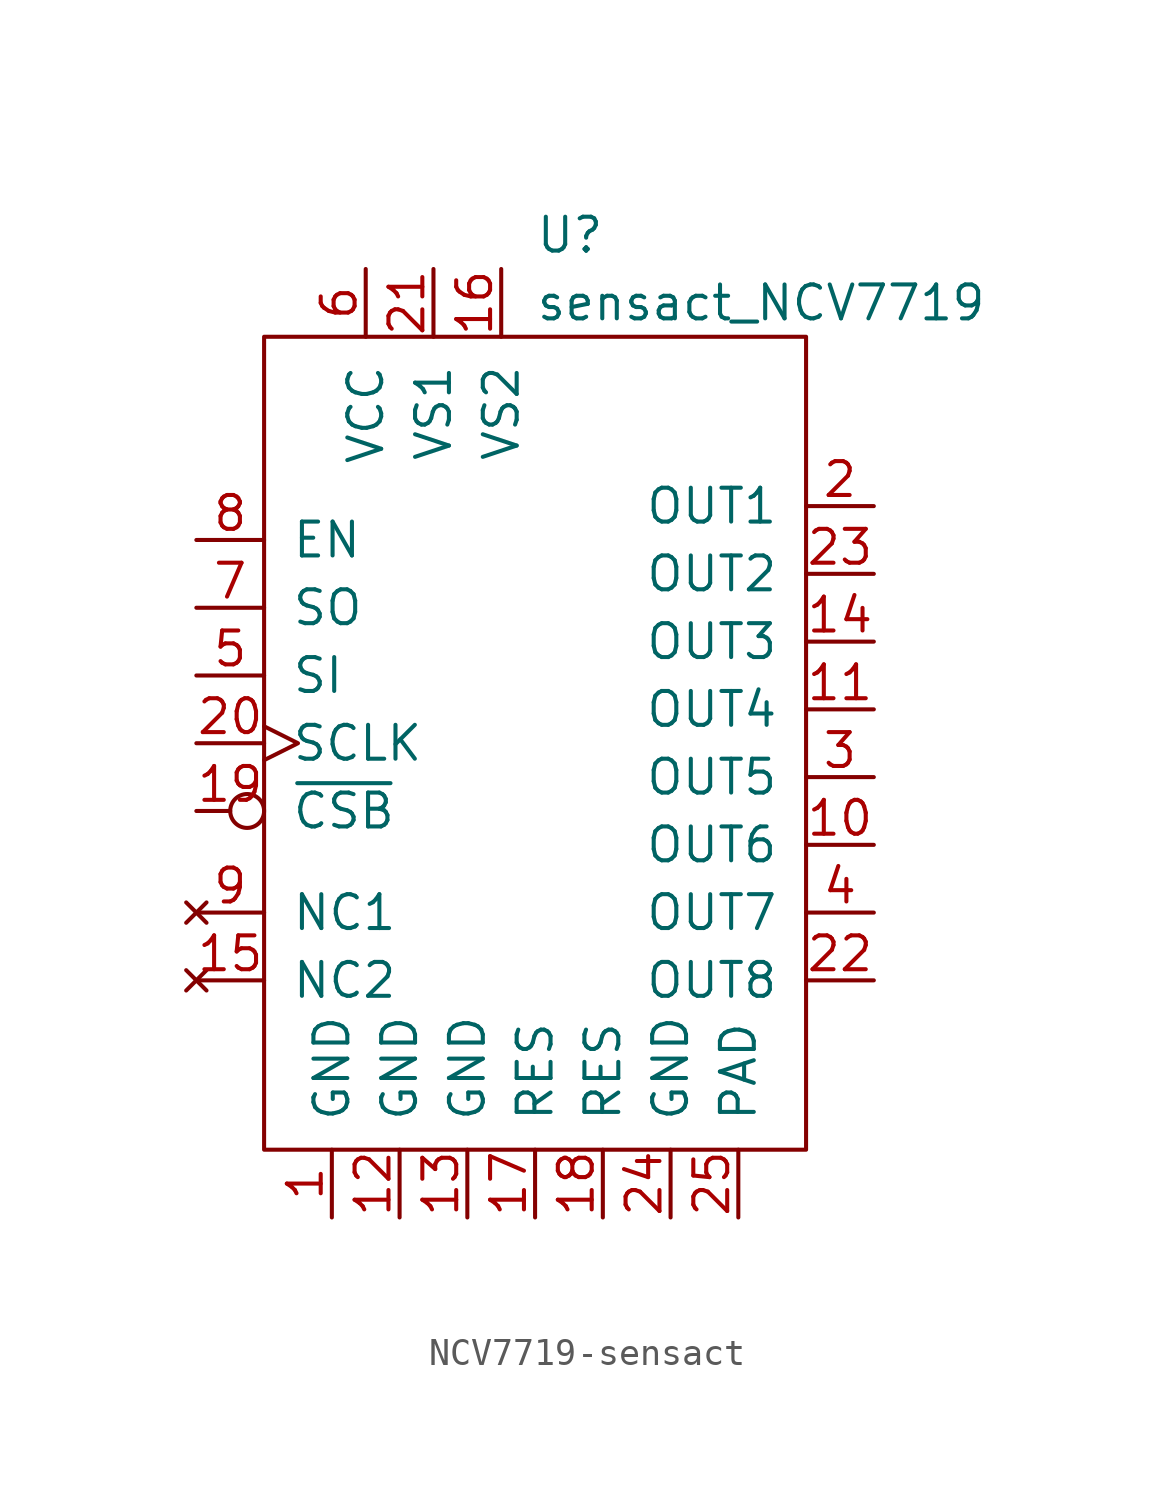
<source format=kicad_sym>
(kicad_symbol_lib
  (version 20231120)
  (generator "kicad_symbol_editor")
  (generator_version "8.0")
  (symbol "NCV7719-sensact"
    (pin_names
      (offset 1.016))
    (property "Reference" "U"
      (at 0 19.05 0)
      (effects (font (size 1.27 1.27)) (justify left)))
    (property "Value" "sensact_NCV7719"
      (at 0 16.51 0)
      (effects (font (size 1.27 1.27)) (justify left)))
    (symbol "NCV7719-sensact_0_1"
      (rectangle (start -10.16 15.24) (end 10.16 -15.24) (stroke (width 0) (type solid)) (fill (type none))))
    (symbol "NCV7719-sensact_1_1"
      (pin power_in line (at -7.62 -17.78 90) (length 2.54) (name "GND" (effects (font (size 1.27 1.27)))) (number "1" (effects (font (size 1.27 1.27)))))
      (pin output line (at 12.7 -3.81 180) (length 2.54) (name "OUT6" (effects (font (size 1.27 1.27)))) (number "10" (effects (font (size 1.27 1.27)))))
      (pin output line (at 12.7 1.27 180) (length 2.54) (name "OUT4" (effects (font (size 1.27 1.27)))) (number "11" (effects (font (size 1.27 1.27)))))
      (pin power_in line (at -5.08 -17.78 90) (length 2.54) (name "GND" (effects (font (size 1.27 1.27)))) (number "12" (effects (font (size 1.27 1.27)))))
      (pin power_in line (at -2.54 -17.78 90) (length 2.54) (name "GND" (effects (font (size 1.27 1.27)))) (number "13" (effects (font (size 1.27 1.27)))))
      (pin output line (at 12.7 3.81 180) (length 2.54) (name "OUT3" (effects (font (size 1.27 1.27)))) (number "14" (effects (font (size 1.27 1.27)))))
      (pin no_connect line (at -12.7 -8.89 0) (length 2.54) (name "NC2" (effects (font (size 1.27 1.27)))) (number "15" (effects (font (size 1.27 1.27)))))
      (pin power_in line (at -1.27 17.78 270) (length 2.54) (name "VS2" (effects (font (size 1.27 1.27)))) (number "16" (effects (font (size 1.27 1.27)))))
      (pin power_in line (at 0 -17.78 90) (length 2.54) (name "RES" (effects (font (size 1.27 1.27)))) (number "17" (effects (font (size 1.27 1.27)))))
      (pin power_in line (at 2.54 -17.78 90) (length 2.54) (name "RES" (effects (font (size 1.27 1.27)))) (number "18" (effects (font (size 1.27 1.27)))))
      (pin input inverted (at -12.7 -2.54 0) (length 2.54) (name "~{CSB}" (effects (font (size 1.27 1.27)))) (number "19" (effects (font (size 1.27 1.27)))))
      (pin output line (at 12.7 8.89 180) (length 2.54) (name "OUT1" (effects (font (size 1.27 1.27)))) (number "2" (effects (font (size 1.27 1.27)))))
      (pin input clock (at -12.7 0 0) (length 2.54) (name "SCLK" (effects (font (size 1.27 1.27)))) (number "20" (effects (font (size 1.27 1.27)))))
      (pin power_in line (at -3.81 17.78 270) (length 2.54) (name "VS1" (effects (font (size 1.27 1.27)))) (number "21" (effects (font (size 1.27 1.27)))))
      (pin output line (at 12.7 -8.89 180) (length 2.54) (name "OUT8" (effects (font (size 1.27 1.27)))) (number "22" (effects (font (size 1.27 1.27)))))
      (pin output line (at 12.7 6.35 180) (length 2.54) (name "OUT2" (effects (font (size 1.27 1.27)))) (number "23" (effects (font (size 1.27 1.27)))))
      (pin power_in line (at 5.08 -17.78 90) (length 2.54) (name "GND" (effects (font (size 1.27 1.27)))) (number "24" (effects (font (size 1.27 1.27)))))
      (pin passive line (at 7.62 -17.78 90) (length 2.54) (name "PAD" (effects (font (size 1.27 1.27)))) (number "25" (effects (font (size 1.27 1.27)))))
      (pin output line (at 12.7 -1.27 180) (length 2.54) (name "OUT5" (effects (font (size 1.27 1.27)))) (number "3" (effects (font (size 1.27 1.27)))))
      (pin output line (at 12.7 -6.35 180) (length 2.54) (name "OUT7" (effects (font (size 1.27 1.27)))) (number "4" (effects (font (size 1.27 1.27)))))
      (pin input line (at -12.7 2.54 0) (length 2.54) (name "SI" (effects (font (size 1.27 1.27)))) (number "5" (effects (font (size 1.27 1.27)))))
      (pin power_in line (at -6.35 17.78 270) (length 2.54) (name "VCC" (effects (font (size 1.27 1.27)))) (number "6" (effects (font (size 1.27 1.27)))))
      (pin output line (at -12.7 5.08 0) (length 2.54) (name "SO" (effects (font (size 1.27 1.27)))) (number "7" (effects (font (size 1.27 1.27)))))
      (pin input line (at -12.7 7.62 0) (length 2.54) (name "EN" (effects (font (size 1.27 1.27)))) (number "8" (effects (font (size 1.27 1.27)))))
      (pin no_connect line (at -12.7 -6.35 0) (length 2.54) (name "NC1" (effects (font (size 1.27 1.27)))) (number "9" (effects (font (size 1.27 1.27))))))))
</source>
